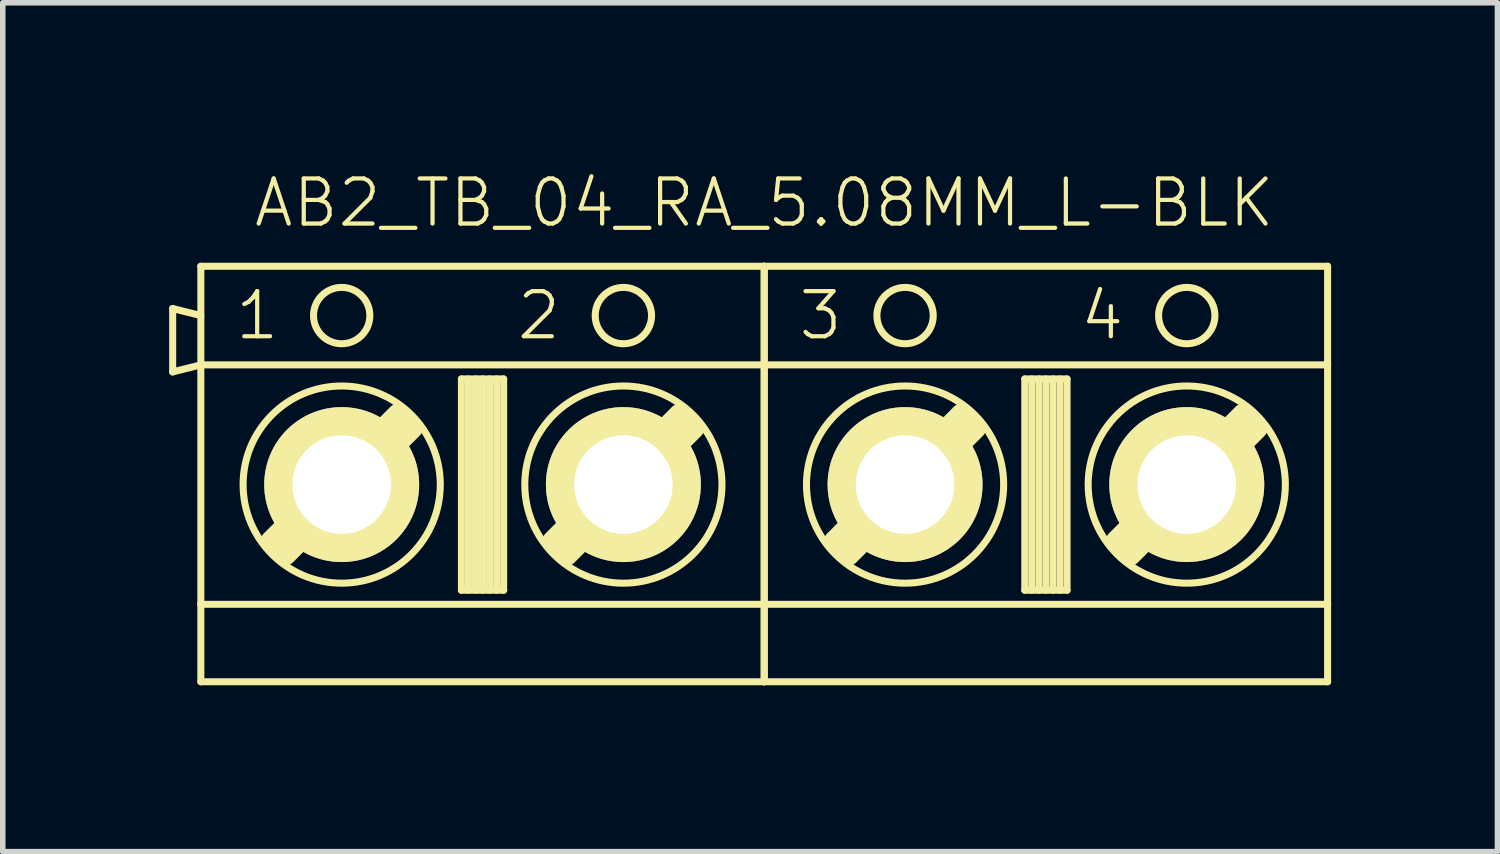
<source format=kicad_pcb>
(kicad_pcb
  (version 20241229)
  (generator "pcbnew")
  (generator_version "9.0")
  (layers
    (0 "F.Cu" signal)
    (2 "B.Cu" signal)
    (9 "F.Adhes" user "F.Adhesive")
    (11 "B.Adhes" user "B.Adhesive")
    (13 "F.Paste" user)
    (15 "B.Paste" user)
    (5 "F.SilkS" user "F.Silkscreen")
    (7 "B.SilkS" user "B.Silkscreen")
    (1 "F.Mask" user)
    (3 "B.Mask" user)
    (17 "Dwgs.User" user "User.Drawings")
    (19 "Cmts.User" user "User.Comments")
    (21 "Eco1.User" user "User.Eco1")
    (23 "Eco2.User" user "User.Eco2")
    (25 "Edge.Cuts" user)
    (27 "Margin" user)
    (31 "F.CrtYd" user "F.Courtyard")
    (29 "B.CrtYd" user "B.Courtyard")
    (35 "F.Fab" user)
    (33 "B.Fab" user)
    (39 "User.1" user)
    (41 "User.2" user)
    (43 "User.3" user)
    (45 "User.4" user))
  (footprint "AB2_TB_04_RA_5.08MM_L-BLK"
    (layer "F.Cu")
    (at 10.732 5.689)
    (property "Reference" "AB2_TB_04_RA_5.08MM_L-BLK" (at 0 -5.08 0) (layer "F.SilkS") (effects (font (size 0.813 0.813) (thickness 0.076))))
    (attr through_hole)
    (fp_line (start -10.668 -3.175) (end -10.16 -3.048) (stroke (width 0.127) (type solid)) (layer "F.SilkS"))
    (fp_line (start -10.668 -2.032) (end -10.668 -3.175) (stroke (width 0.127) (type solid)) (layer "F.SilkS"))
    (fp_line (start -10.16 -3.937) (end 0 -3.937) (stroke (width 0.127) (type solid)) (layer "F.SilkS"))
    (fp_line (start -10.16 -2.159) (end -10.668 -2.032) (stroke (width 0.127) (type solid)) (layer "F.SilkS"))
    (fp_line (start -10.16 -2.159) (end -10.16 -3.937) (stroke (width 0.127) (type solid)) (layer "F.SilkS"))
    (fp_line (start -10.16 -2.159) (end 0 -2.159) (stroke (width 0.127) (type solid)) (layer "F.SilkS"))
    (fp_line (start -10.16 2.159) (end -10.16 -2.159) (stroke (width 0.127) (type solid)) (layer "F.SilkS"))
    (fp_line (start -10.16 2.159) (end -10.16 3.556) (stroke (width 0.127) (type solid)) (layer "F.SilkS"))
    (fp_line (start -10.16 3.556) (end 0 3.556) (stroke (width 0.127) (type solid)) (layer "F.SilkS"))
    (fp_line (start -8.89 1.016) (end -6.604 -1.27) (stroke (width 0.381) (type solid)) (layer "F.SilkS"))
    (fp_line (start -8.763 1.143) (end -6.477 -1.143) (stroke (width 0.381) (type solid)) (layer "F.SilkS"))
    (fp_line (start -6.35 -1.016) (end -8.636 1.27) (stroke (width 0.381) (type solid)) (layer "F.SilkS"))
    (fp_line (start -5.461 -1.905) (end -4.699 -1.905) (stroke (width 0.127) (type solid)) (layer "F.SilkS"))
    (fp_line (start -5.461 1.905) (end -5.461 -1.905) (stroke (width 0.127) (type solid)) (layer "F.SilkS"))
    (fp_line (start -5.334 -1.905) (end -5.334 1.905) (stroke (width 0.127) (type solid)) (layer "F.SilkS"))
    (fp_line (start -5.207 -1.905) (end -5.207 1.905) (stroke (width 0.127) (type solid)) (layer "F.SilkS"))
    (fp_line (start -5.08 -1.905) (end -5.08 1.905) (stroke (width 0.127) (type solid)) (layer "F.SilkS"))
    (fp_line (start -4.953 -1.905) (end -4.953 1.905) (stroke (width 0.127) (type solid)) (layer "F.SilkS"))
    (fp_line (start -4.826 -1.905) (end -4.826 1.905) (stroke (width 0.127) (type solid)) (layer "F.SilkS"))
    (fp_line (start -4.699 -1.905) (end -4.699 1.905) (stroke (width 0.127) (type solid)) (layer "F.SilkS"))
    (fp_line (start -4.699 1.905) (end -5.461 1.905) (stroke (width 0.127) (type solid)) (layer "F.SilkS"))
    (fp_line (start -3.81 1.016) (end -1.524 -1.27) (stroke (width 0.381) (type solid)) (layer "F.SilkS"))
    (fp_line (start -3.683 1.143) (end -1.397 -1.143) (stroke (width 0.381) (type solid)) (layer "F.SilkS"))
    (fp_line (start -1.27 -1.016) (end -3.556 1.27) (stroke (width 0.381) (type solid)) (layer "F.SilkS"))
    (fp_line (start 0 -3.937) (end 0 -2.159) (stroke (width 0.127) (type solid)) (layer "F.SilkS"))
    (fp_line (start 0 -3.937) (end 10.16 -3.937) (stroke (width 0.127) (type solid)) (layer "F.SilkS"))
    (fp_line (start 0 -2.159) (end 0 -3.937) (stroke (width 0.127) (type solid)) (layer "F.SilkS"))
    (fp_line (start 0 -2.159) (end 0 2.159) (stroke (width 0.127) (type solid)) (layer "F.SilkS"))
    (fp_line (start 0 -2.159) (end 10.16 -2.159) (stroke (width 0.127) (type solid)) (layer "F.SilkS"))
    (fp_line (start 0 2.159) (end -10.16 2.159) (stroke (width 0.127) (type solid)) (layer "F.SilkS"))
    (fp_line (start 0 2.159) (end 0 -2.159) (stroke (width 0.127) (type solid)) (layer "F.SilkS"))
    (fp_line (start 0 2.159) (end 0 3.556) (stroke (width 0.127) (type solid)) (layer "F.SilkS"))
    (fp_line (start 0 3.556) (end 0 2.159) (stroke (width 0.127) (type solid)) (layer "F.SilkS"))
    (fp_line (start 0 3.556) (end 10.16 3.556) (stroke (width 0.127) (type solid)) (layer "F.SilkS"))
    (fp_line (start 1.27 1.016) (end 3.556 -1.27) (stroke (width 0.381) (type solid)) (layer "F.SilkS"))
    (fp_line (start 1.397 1.143) (end 3.683 -1.143) (stroke (width 0.381) (type solid)) (layer "F.SilkS"))
    (fp_line (start 3.81 -1.016) (end 1.524 1.27) (stroke (width 0.381) (type solid)) (layer "F.SilkS"))
    (fp_line (start 4.699 -1.905) (end 5.461 -1.905) (stroke (width 0.127) (type solid)) (layer "F.SilkS"))
    (fp_line (start 4.699 1.905) (end 4.699 -1.905) (stroke (width 0.127) (type solid)) (layer "F.SilkS"))
    (fp_line (start 4.826 -1.905) (end 4.826 1.905) (stroke (width 0.127) (type solid)) (layer "F.SilkS"))
    (fp_line (start 4.953 -1.905) (end 4.953 1.905) (stroke (width 0.127) (type solid)) (layer "F.SilkS"))
    (fp_line (start 5.08 -1.905) (end 5.08 1.905) (stroke (width 0.127) (type solid)) (layer "F.SilkS"))
    (fp_line (start 5.207 -1.905) (end 5.207 1.905) (stroke (width 0.127) (type solid)) (layer "F.SilkS"))
    (fp_line (start 5.334 -1.905) (end 5.334 1.905) (stroke (width 0.127) (type solid)) (layer "F.SilkS"))
    (fp_line (start 5.461 -1.905) (end 5.461 1.905) (stroke (width 0.127) (type solid)) (layer "F.SilkS"))
    (fp_line (start 5.461 1.905) (end 4.699 1.905) (stroke (width 0.127) (type solid)) (layer "F.SilkS"))
    (fp_line (start 6.35 1.016) (end 8.636 -1.27) (stroke (width 0.381) (type solid)) (layer "F.SilkS"))
    (fp_line (start 6.477 1.143) (end 8.763 -1.143) (stroke (width 0.381) (type solid)) (layer "F.SilkS"))
    (fp_line (start 8.89 -1.016) (end 6.604 1.27) (stroke (width 0.381) (type solid)) (layer "F.SilkS"))
    (fp_line (start 10.16 -3.937) (end 10.16 -2.159) (stroke (width 0.127) (type solid)) (layer "F.SilkS"))
    (fp_line (start 10.16 -2.159) (end 10.16 2.159) (stroke (width 0.127) (type solid)) (layer "F.SilkS"))
    (fp_line (start 10.16 2.159) (end 0 2.159) (stroke (width 0.127) (type solid)) (layer "F.SilkS"))
    (fp_line (start 10.16 3.556) (end 10.16 2.159) (stroke (width 0.127) (type solid)) (layer "F.SilkS"))
    (fp_circle (center -7.62 -3.048) (end -7.62 -3.556) (stroke (width 0.127) (type solid)) (fill no) (layer "F.SilkS"))
    (fp_circle (center -7.62 0) (end -7.62 -1.778) (stroke (width 0.127) (type solid)) (fill no) (layer "F.SilkS"))
    (fp_circle (center -2.54 -3.048) (end -2.54 -3.556) (stroke (width 0.127) (type solid)) (fill no) (layer "F.SilkS"))
    (fp_circle (center -2.54 0) (end -2.54 -1.778) (stroke (width 0.127) (type solid)) (fill no) (layer "F.SilkS"))
    (fp_circle (center 2.54 -3.048) (end 2.54 -3.556) (stroke (width 0.127) (type solid)) (fill no) (layer "F.SilkS"))
    (fp_circle (center 2.54 0) (end 2.54 -1.778) (stroke (width 0.127) (type solid)) (fill no) (layer "F.SilkS"))
    (fp_circle (center 7.62 -3.048) (end 7.62 -3.556) (stroke (width 0.127) (type solid)) (fill no) (layer "F.SilkS"))
    (fp_circle (center 7.62 0) (end 7.62 -1.778) (stroke (width 0.127) (type solid)) (fill no) (layer "F.SilkS"))
    (fp_text user "4" (at 6.096 -3.048 0) (layer "F.SilkS") (effects (font (size 0.813 0.813) (thickness 0.076))))
    (fp_text user "3" (at 1.016 -3.048 0) (layer "F.SilkS") (effects (font (size 0.813 0.813) (thickness 0.076))))
    (fp_text user "2" (at -4.064 -3.048 0) (layer "F.SilkS") (effects (font (size 0.813 0.813) (thickness 0.076))))
    (fp_text user "1" (at -9.144 -3.048 0) (layer "F.SilkS") (effects (font (size 0.813 0.813) (thickness 0.076))))
    (pad "1" thru_hole circle (at -7.62 0) (size 2.794 2.794) (drill 1.778) (layers "*.Cu" "*.Mask" "F.SilkS"))
    (pad "2" thru_hole circle (at -2.54 0) (size 2.794 2.794) (drill 1.778) (layers "*.Cu" "*.Mask" "F.SilkS"))
    (pad "3" thru_hole circle (at 2.54 0) (size 2.794 2.794) (drill 1.778) (layers "*.Cu" "*.Mask" "F.SilkS"))
    (pad "4" thru_hole circle (at 7.62 0) (size 2.794 2.794) (drill 1.778) (layers "*.Cu" "*.Mask" "F.SilkS")))
  (gr_rect
    (start -3 -3)
    (end 23.955 12.309)
    (stroke (width 0.1) (type default))
    (fill no)
    (layer "Edge.Cuts")))
</source>
